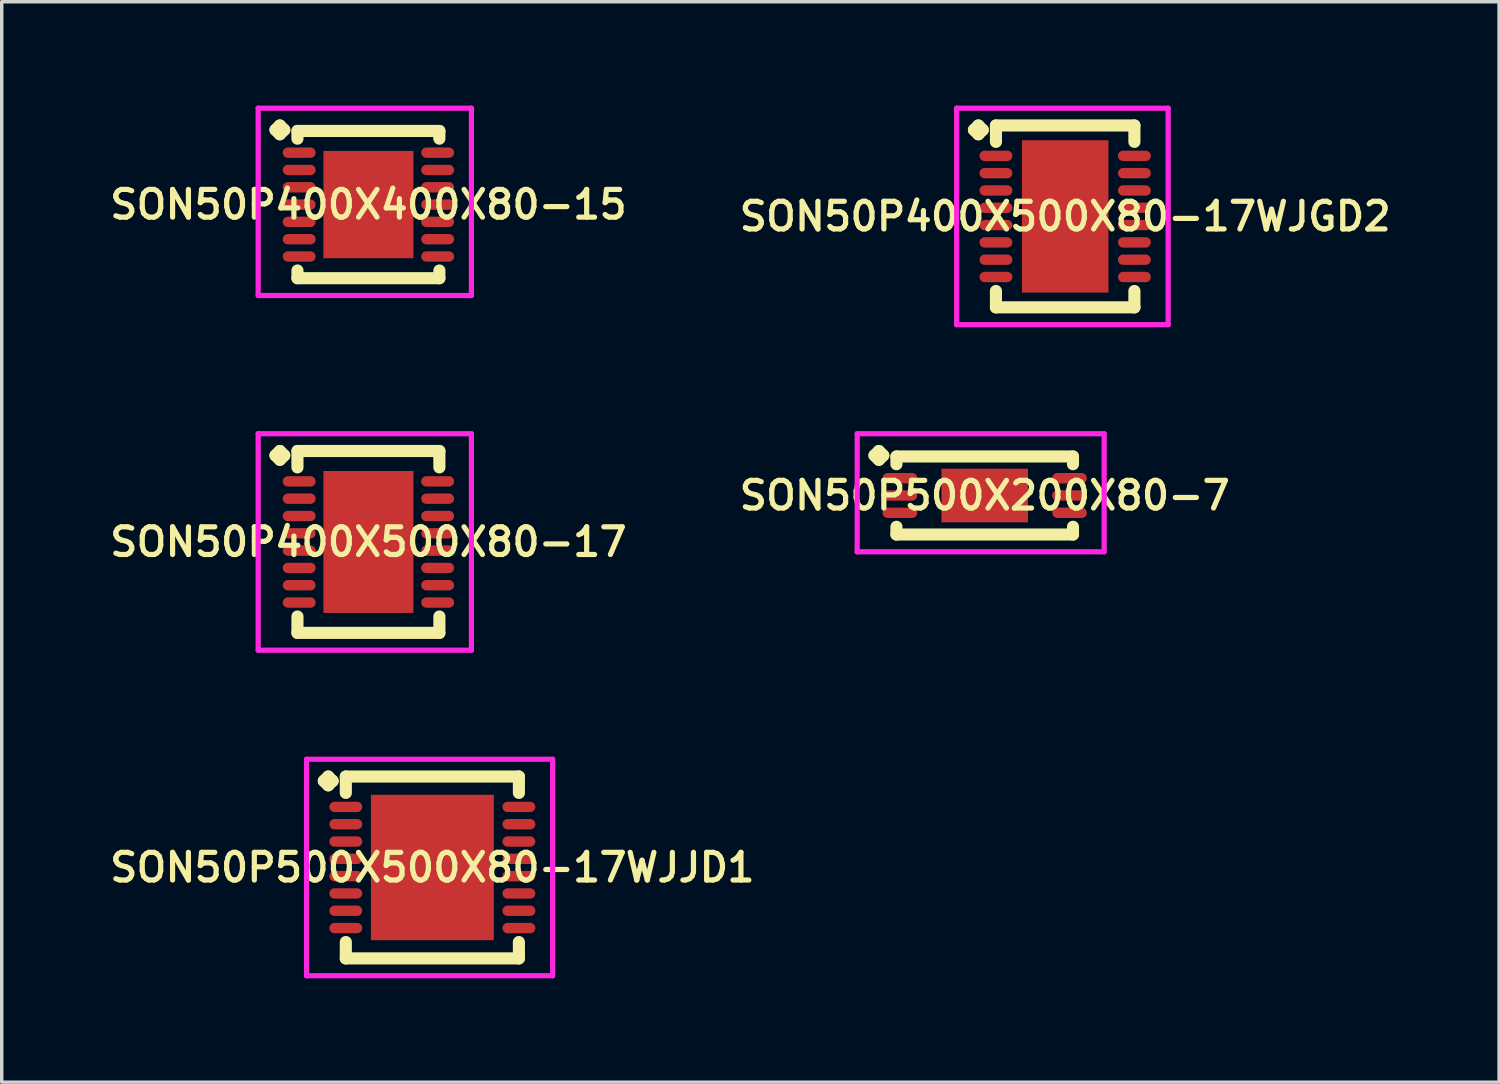
<source format=kicad_pcb>
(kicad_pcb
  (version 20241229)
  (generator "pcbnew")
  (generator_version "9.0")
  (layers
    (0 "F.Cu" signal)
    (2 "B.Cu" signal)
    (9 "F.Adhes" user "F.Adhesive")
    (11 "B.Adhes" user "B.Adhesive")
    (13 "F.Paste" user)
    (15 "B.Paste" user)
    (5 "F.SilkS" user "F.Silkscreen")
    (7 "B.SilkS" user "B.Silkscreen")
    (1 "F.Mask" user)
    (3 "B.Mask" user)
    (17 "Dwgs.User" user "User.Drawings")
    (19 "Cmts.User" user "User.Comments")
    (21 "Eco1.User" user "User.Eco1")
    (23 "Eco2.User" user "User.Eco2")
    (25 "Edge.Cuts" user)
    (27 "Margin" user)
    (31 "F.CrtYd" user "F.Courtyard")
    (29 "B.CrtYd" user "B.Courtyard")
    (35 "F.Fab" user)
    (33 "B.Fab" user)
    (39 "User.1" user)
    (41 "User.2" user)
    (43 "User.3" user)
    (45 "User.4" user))
  (footprint "SON50P400X500X80-17WJGD2"
    (layer "F.Cu")
    (at 27.721 3.202)
    (property "Reference" "SON50P400X500X80-17WJGD2" (at 0 0 0) (layer "F.SilkS") (effects (font (size 0.8 0.8) (thickness 0.15))))
    (attr smd)
    (fp_line (start -2.635 -2.5) (end -2.508 -2.627) (stroke (width 0.35) (type solid)) (layer "F.SilkS"))
    (fp_line (start -2.508 -2.627) (end -2.381 -2.5) (stroke (width 0.35) (type solid)) (layer "F.SilkS"))
    (fp_line (start -2.508 -2.373) (end -2.635 -2.5) (stroke (width 0.35) (type solid)) (layer "F.SilkS"))
    (fp_line (start -2.381 -2.5) (end -2.508 -2.373) (stroke (width 0.35) (type solid)) (layer "F.SilkS"))
    (fp_line (start -2 -2.627) (end 2 -2.627) (stroke (width 0.35) (type solid)) (layer "F.SilkS"))
    (fp_line (start -2 -2.154) (end -2 -2.627) (stroke (width 0.35) (type solid)) (layer "F.SilkS"))
    (fp_line (start -2 2.154) (end -2 2.627) (stroke (width 0.35) (type solid)) (layer "F.SilkS"))
    (fp_line (start -2 2.627) (end 2 2.627) (stroke (width 0.35) (type solid)) (layer "F.SilkS"))
    (fp_line (start 2 -2.627) (end 2 -2.154) (stroke (width 0.35) (type solid)) (layer "F.SilkS"))
    (fp_line (start 2 2.627) (end 2 2.154) (stroke (width 0.35) (type solid)) (layer "F.SilkS"))
    (fp_line (start -3.135 -3.127) (end 2.975 -3.127) (stroke (width 0.15) (type solid)) (layer "F.CrtYd"))
    (fp_line (start -3.135 3.127) (end -3.135 -3.127) (stroke (width 0.15) (type solid)) (layer "F.CrtYd"))
    (fp_line (start 2.975 -3.127) (end 2.975 3.127) (stroke (width 0.15) (type solid)) (layer "F.CrtYd"))
    (fp_line (start 2.975 3.127) (end -3.135 3.127) (stroke (width 0.15) (type solid)) (layer "F.CrtYd"))
    (pad "1" smd oval (at -2 -1.75) (size 0.95 0.3) (layers "F.Cu" "F.Mask" "F.Paste"))
    (pad "2" smd oval (at -2 -1.25) (size 0.95 0.3) (layers "F.Cu" "F.Mask" "F.Paste"))
    (pad "3" smd oval (at -2 -0.75) (size 0.95 0.3) (layers "F.Cu" "F.Mask" "F.Paste"))
    (pad "4" smd oval (at -2 -0.25) (size 0.95 0.3) (layers "F.Cu" "F.Mask" "F.Paste"))
    (pad "5" smd oval (at -2 0.25) (size 0.95 0.3) (layers "F.Cu" "F.Mask" "F.Paste"))
    (pad "6" smd oval (at -2 0.75) (size 0.95 0.3) (layers "F.Cu" "F.Mask" "F.Paste"))
    (pad "7" smd oval (at -2 1.25) (size 0.95 0.3) (layers "F.Cu" "F.Mask" "F.Paste"))
    (pad "8" smd oval (at -2 1.75) (size 0.95 0.3) (layers "F.Cu" "F.Mask" "F.Paste"))
    (pad "9" smd oval (at 2 1.75) (size 0.95 0.3) (layers "F.Cu" "F.Mask" "F.Paste"))
    (pad "10" smd oval (at 2 1.25) (size 0.95 0.3) (layers "F.Cu" "F.Mask" "F.Paste"))
    (pad "11" smd oval (at 2 0.75) (size 0.95 0.3) (layers "F.Cu" "F.Mask" "F.Paste"))
    (pad "12" smd oval (at 2 0.25) (size 0.95 0.3) (layers "F.Cu" "F.Mask" "F.Paste"))
    (pad "13" smd oval (at 2 -0.25) (size 0.95 0.3) (layers "F.Cu" "F.Mask" "F.Paste"))
    (pad "14" smd oval (at 2 -0.75) (size 0.95 0.3) (layers "F.Cu" "F.Mask" "F.Paste"))
    (pad "15" smd oval (at 2 -1.25) (size 0.95 0.3) (layers "F.Cu" "F.Mask" "F.Paste"))
    (pad "16" smd oval (at 2 -1.75) (size 0.95 0.3) (layers "F.Cu" "F.Mask" "F.Paste"))
    (pad "17" smd rect (at 0 0) (size 2.5 4.4) (layers "F.Cu" "F.Mask" "F.Paste")))
  (footprint "SON50P400X500X80-17"
    (layer "F.Cu")
    (at 7.593 12.606)
    (property "Reference" "SON50P400X500X80-17" (at 0 0 0) (layer "F.SilkS") (effects (font (size 0.8 0.8) (thickness 0.15))))
    (attr smd)
    (fp_line (start -2.685 -2.5) (end -2.558 -2.627) (stroke (width 0.35) (type solid)) (layer "F.SilkS"))
    (fp_line (start -2.558 -2.627) (end -2.431 -2.5) (stroke (width 0.35) (type solid)) (layer "F.SilkS"))
    (fp_line (start -2.558 -2.373) (end -2.685 -2.5) (stroke (width 0.35) (type solid)) (layer "F.SilkS"))
    (fp_line (start -2.431 -2.5) (end -2.558 -2.373) (stroke (width 0.35) (type solid)) (layer "F.SilkS"))
    (fp_line (start -2.05 -2.627) (end 2.05 -2.627) (stroke (width 0.35) (type solid)) (layer "F.SilkS"))
    (fp_line (start -2.05 -2.154) (end -2.05 -2.627) (stroke (width 0.35) (type solid)) (layer "F.SilkS"))
    (fp_line (start -2.05 2.154) (end -2.05 2.627) (stroke (width 0.35) (type solid)) (layer "F.SilkS"))
    (fp_line (start -2.05 2.627) (end 2.05 2.627) (stroke (width 0.35) (type solid)) (layer "F.SilkS"))
    (fp_line (start 2.05 -2.627) (end 2.05 -2.154) (stroke (width 0.35) (type solid)) (layer "F.SilkS"))
    (fp_line (start 2.05 2.627) (end 2.05 2.154) (stroke (width 0.35) (type solid)) (layer "F.SilkS"))
    (fp_line (start -3.185 -3.127) (end 2.975 -3.127) (stroke (width 0.15) (type solid)) (layer "F.CrtYd"))
    (fp_line (start -3.185 3.127) (end -3.185 -3.127) (stroke (width 0.15) (type solid)) (layer "F.CrtYd"))
    (fp_line (start 2.975 -3.127) (end 2.975 3.127) (stroke (width 0.15) (type solid)) (layer "F.CrtYd"))
    (fp_line (start 2.975 3.127) (end -3.185 3.127) (stroke (width 0.15) (type solid)) (layer "F.CrtYd"))
    (pad "1" smd oval (at -2 -1.75) (size 0.95 0.3) (layers "F.Cu" "F.Mask" "F.Paste"))
    (pad "2" smd oval (at -2 -1.25) (size 0.95 0.3) (layers "F.Cu" "F.Mask" "F.Paste"))
    (pad "3" smd oval (at -2 -0.75) (size 0.95 0.3) (layers "F.Cu" "F.Mask" "F.Paste"))
    (pad "4" smd oval (at -2 -0.25) (size 0.95 0.3) (layers "F.Cu" "F.Mask" "F.Paste"))
    (pad "5" smd oval (at -2 0.25) (size 0.95 0.3) (layers "F.Cu" "F.Mask" "F.Paste"))
    (pad "6" smd oval (at -2 0.75) (size 0.95 0.3) (layers "F.Cu" "F.Mask" "F.Paste"))
    (pad "7" smd oval (at -2 1.25) (size 0.95 0.3) (layers "F.Cu" "F.Mask" "F.Paste"))
    (pad "8" smd oval (at -2 1.75) (size 0.95 0.3) (layers "F.Cu" "F.Mask" "F.Paste"))
    (pad "9" smd oval (at 2 1.75) (size 0.95 0.3) (layers "F.Cu" "F.Mask" "F.Paste"))
    (pad "10" smd oval (at 2 1.25) (size 0.95 0.3) (layers "F.Cu" "F.Mask" "F.Paste"))
    (pad "11" smd oval (at 2 0.75) (size 0.95 0.3) (layers "F.Cu" "F.Mask" "F.Paste"))
    (pad "12" smd oval (at 2 0.25) (size 0.95 0.3) (layers "F.Cu" "F.Mask" "F.Paste"))
    (pad "13" smd oval (at 2 -0.25) (size 0.95 0.3) (layers "F.Cu" "F.Mask" "F.Paste"))
    (pad "14" smd oval (at 2 -0.75) (size 0.95 0.3) (layers "F.Cu" "F.Mask" "F.Paste"))
    (pad "15" smd oval (at 2 -1.25) (size 0.95 0.3) (layers "F.Cu" "F.Mask" "F.Paste"))
    (pad "16" smd oval (at 2 -1.75) (size 0.95 0.3) (layers "F.Cu" "F.Mask" "F.Paste"))
    (pad "17" smd rect (at 0 0) (size 2.6 4.1) (layers "F.Cu" "F.Mask" "F.Paste")))
  (footprint "SON50P500X200X80-7"
    (layer "F.Cu")
    (at 25.397 11.264)
    (property "Reference" "SON50P500X200X80-7" (at 0 0 0) (layer "F.SilkS") (effects (font (size 0.8 0.8) (thickness 0.15))))
    (attr smd)
    (fp_line (start -3.185 -1.158) (end -3.058 -1.285) (stroke (width 0.35) (type solid)) (layer "F.SilkS"))
    (fp_line (start -3.058 -1.285) (end -2.931 -1.158) (stroke (width 0.35) (type solid)) (layer "F.SilkS"))
    (fp_line (start -3.058 -1.031) (end -3.185 -1.158) (stroke (width 0.35) (type solid)) (layer "F.SilkS"))
    (fp_line (start -2.931 -1.158) (end -3.058 -1.031) (stroke (width 0.35) (type solid)) (layer "F.SilkS"))
    (fp_line (start -2.55 -1.127) (end 2.55 -1.127) (stroke (width 0.35) (type solid)) (layer "F.SilkS"))
    (fp_line (start -2.55 -0.904) (end -2.55 -1.127) (stroke (width 0.35) (type solid)) (layer "F.SilkS"))
    (fp_line (start -2.55 0.904) (end -2.55 1.127) (stroke (width 0.35) (type solid)) (layer "F.SilkS"))
    (fp_line (start -2.55 1.127) (end 2.55 1.127) (stroke (width 0.35) (type solid)) (layer "F.SilkS"))
    (fp_line (start 2.55 -1.127) (end 2.55 -0.904) (stroke (width 0.35) (type solid)) (layer "F.SilkS"))
    (fp_line (start 2.55 1.127) (end 2.55 0.904) (stroke (width 0.35) (type solid)) (layer "F.SilkS"))
    (fp_line (start -3.685 -1.785) (end 3.45 -1.785) (stroke (width 0.15) (type solid)) (layer "F.CrtYd"))
    (fp_line (start -3.685 1.627) (end -3.685 -1.785) (stroke (width 0.15) (type solid)) (layer "F.CrtYd"))
    (fp_line (start 3.45 -1.785) (end 3.45 1.627) (stroke (width 0.15) (type solid)) (layer "F.CrtYd"))
    (fp_line (start 3.45 1.627) (end -3.685 1.627) (stroke (width 0.15) (type solid)) (layer "F.CrtYd"))
    (pad "1" smd oval (at -2.45 -0.5) (size 1 0.3) (layers "F.Cu" "F.Mask" "F.Paste"))
    (pad "2" smd oval (at -2.45 0) (size 1 0.3) (layers "F.Cu" "F.Mask" "F.Paste"))
    (pad "3" smd oval (at -2.45 0.5) (size 1 0.3) (layers "F.Cu" "F.Mask" "F.Paste"))
    (pad "4" smd oval (at 2.45 0.5) (size 1 0.3) (layers "F.Cu" "F.Mask" "F.Paste"))
    (pad "5" smd oval (at 2.45 0) (size 1 0.3) (layers "F.Cu" "F.Mask" "F.Paste"))
    (pad "6" smd oval (at 2.45 -0.5) (size 1 0.3) (layers "F.Cu" "F.Mask" "F.Paste"))
    (pad "7" smd rect (at 0 0) (size 2.5 1.55) (layers "F.Cu" "F.Mask" "F.Paste")))
  (footprint "SON50P500X500X80-17WJJD1"
    (layer "F.Cu")
    (at 9.44 22.01)
    (property "Reference" "SON50P500X500X80-17WJJD1" (at 0 0 0) (layer "F.SilkS") (effects (font (size 0.8 0.8) (thickness 0.15))))
    (attr smd)
    (fp_line (start -3.135 -2.5) (end -3.008 -2.627) (stroke (width 0.35) (type solid)) (layer "F.SilkS"))
    (fp_line (start -3.008 -2.627) (end -2.881 -2.5) (stroke (width 0.35) (type solid)) (layer "F.SilkS"))
    (fp_line (start -3.008 -2.373) (end -3.135 -2.5) (stroke (width 0.35) (type solid)) (layer "F.SilkS"))
    (fp_line (start -2.881 -2.5) (end -3.008 -2.373) (stroke (width 0.35) (type solid)) (layer "F.SilkS"))
    (fp_line (start -2.5 -2.627) (end 2.5 -2.627) (stroke (width 0.35) (type solid)) (layer "F.SilkS"))
    (fp_line (start -2.5 -2.154) (end -2.5 -2.627) (stroke (width 0.35) (type solid)) (layer "F.SilkS"))
    (fp_line (start -2.5 2.154) (end -2.5 2.627) (stroke (width 0.35) (type solid)) (layer "F.SilkS"))
    (fp_line (start -2.5 2.627) (end 2.5 2.627) (stroke (width 0.35) (type solid)) (layer "F.SilkS"))
    (fp_line (start 2.5 -2.627) (end 2.5 -2.154) (stroke (width 0.35) (type solid)) (layer "F.SilkS"))
    (fp_line (start 2.5 2.627) (end 2.5 2.154) (stroke (width 0.35) (type solid)) (layer "F.SilkS"))
    (fp_line (start -3.635 -3.127) (end 3.475 -3.127) (stroke (width 0.15) (type solid)) (layer "F.CrtYd"))
    (fp_line (start -3.635 3.127) (end -3.635 -3.127) (stroke (width 0.15) (type solid)) (layer "F.CrtYd"))
    (fp_line (start 3.475 -3.127) (end 3.475 3.127) (stroke (width 0.15) (type solid)) (layer "F.CrtYd"))
    (fp_line (start 3.475 3.127) (end -3.635 3.127) (stroke (width 0.15) (type solid)) (layer "F.CrtYd"))
    (pad "1" smd oval (at -2.5 -1.75) (size 0.95 0.3) (layers "F.Cu" "F.Mask" "F.Paste"))
    (pad "2" smd oval (at -2.5 -1.25) (size 0.95 0.3) (layers "F.Cu" "F.Mask" "F.Paste"))
    (pad "3" smd oval (at -2.5 -0.75) (size 0.95 0.3) (layers "F.Cu" "F.Mask" "F.Paste"))
    (pad "4" smd oval (at -2.5 -0.25) (size 0.95 0.3) (layers "F.Cu" "F.Mask" "F.Paste"))
    (pad "5" smd oval (at -2.5 0.25) (size 0.95 0.3) (layers "F.Cu" "F.Mask" "F.Paste"))
    (pad "6" smd oval (at -2.5 0.75) (size 0.95 0.3) (layers "F.Cu" "F.Mask" "F.Paste"))
    (pad "7" smd oval (at -2.5 1.25) (size 0.95 0.3) (layers "F.Cu" "F.Mask" "F.Paste"))
    (pad "8" smd oval (at -2.5 1.75) (size 0.95 0.3) (layers "F.Cu" "F.Mask" "F.Paste"))
    (pad "9" smd oval (at 2.5 1.75) (size 0.95 0.3) (layers "F.Cu" "F.Mask" "F.Paste"))
    (pad "10" smd oval (at 2.5 1.25) (size 0.95 0.3) (layers "F.Cu" "F.Mask" "F.Paste"))
    (pad "11" smd oval (at 2.5 0.75) (size 0.95 0.3) (layers "F.Cu" "F.Mask" "F.Paste"))
    (pad "12" smd oval (at 2.5 0.25) (size 0.95 0.3) (layers "F.Cu" "F.Mask" "F.Paste"))
    (pad "13" smd oval (at 2.5 -0.25) (size 0.95 0.3) (layers "F.Cu" "F.Mask" "F.Paste"))
    (pad "14" smd oval (at 2.5 -0.75) (size 0.95 0.3) (layers "F.Cu" "F.Mask" "F.Paste"))
    (pad "15" smd oval (at 2.5 -1.25) (size 0.95 0.3) (layers "F.Cu" "F.Mask" "F.Paste"))
    (pad "16" smd oval (at 2.5 -1.75) (size 0.95 0.3) (layers "F.Cu" "F.Mask" "F.Paste"))
    (pad "17" smd rect (at 0 0) (size 3.55 4.2) (layers "F.Cu" "F.Mask" "F.Paste")))
  (footprint "SON50P400X400X80-15"
    (layer "F.Cu")
    (at 7.593 2.86)
    (property "Reference" "SON50P400X400X80-15" (at 0 0 0) (layer "F.SilkS") (effects (font (size 0.8 0.8) (thickness 0.15))))
    (attr smd)
    (fp_line (start -2.685 -2.158) (end -2.558 -2.285) (stroke (width 0.35) (type solid)) (layer "F.SilkS"))
    (fp_line (start -2.558 -2.285) (end -2.431 -2.158) (stroke (width 0.35) (type solid)) (layer "F.SilkS"))
    (fp_line (start -2.558 -2.031) (end -2.685 -2.158) (stroke (width 0.35) (type solid)) (layer "F.SilkS"))
    (fp_line (start -2.431 -2.158) (end -2.558 -2.031) (stroke (width 0.35) (type solid)) (layer "F.SilkS"))
    (fp_line (start -2.05 -2.127) (end 2.05 -2.127) (stroke (width 0.35) (type solid)) (layer "F.SilkS"))
    (fp_line (start -2.05 -1.904) (end -2.05 -2.127) (stroke (width 0.35) (type solid)) (layer "F.SilkS"))
    (fp_line (start -2.05 1.904) (end -2.05 2.127) (stroke (width 0.35) (type solid)) (layer "F.SilkS"))
    (fp_line (start -2.05 2.127) (end 2.05 2.127) (stroke (width 0.35) (type solid)) (layer "F.SilkS"))
    (fp_line (start 2.05 -2.127) (end 2.05 -1.904) (stroke (width 0.35) (type solid)) (layer "F.SilkS"))
    (fp_line (start 2.05 2.127) (end 2.05 1.904) (stroke (width 0.35) (type solid)) (layer "F.SilkS"))
    (fp_line (start -3.185 -2.785) (end 2.975 -2.785) (stroke (width 0.15) (type solid)) (layer "F.CrtYd"))
    (fp_line (start -3.185 2.627) (end -3.185 -2.785) (stroke (width 0.15) (type solid)) (layer "F.CrtYd"))
    (fp_line (start 2.975 -2.785) (end 2.975 2.627) (stroke (width 0.15) (type solid)) (layer "F.CrtYd"))
    (fp_line (start 2.975 2.627) (end -3.185 2.627) (stroke (width 0.15) (type solid)) (layer "F.CrtYd"))
    (pad "1" smd oval (at -2 -1.5) (size 0.95 0.3) (layers "F.Cu" "F.Mask" "F.Paste"))
    (pad "2" smd oval (at -2 -1) (size 0.95 0.3) (layers "F.Cu" "F.Mask" "F.Paste"))
    (pad "3" smd oval (at -2 -0.5) (size 0.95 0.3) (layers "F.Cu" "F.Mask" "F.Paste"))
    (pad "4" smd oval (at -2 0) (size 0.95 0.3) (layers "F.Cu" "F.Mask" "F.Paste"))
    (pad "5" smd oval (at -2 0.5) (size 0.95 0.3) (layers "F.Cu" "F.Mask" "F.Paste"))
    (pad "6" smd oval (at -2 1) (size 0.95 0.3) (layers "F.Cu" "F.Mask" "F.Paste"))
    (pad "7" smd oval (at -2 1.5) (size 0.95 0.3) (layers "F.Cu" "F.Mask" "F.Paste"))
    (pad "8" smd oval (at 2 1.5) (size 0.95 0.3) (layers "F.Cu" "F.Mask" "F.Paste"))
    (pad "9" smd oval (at 2 1) (size 0.95 0.3) (layers "F.Cu" "F.Mask" "F.Paste"))
    (pad "10" smd oval (at 2 0.5) (size 0.95 0.3) (layers "F.Cu" "F.Mask" "F.Paste"))
    (pad "11" smd oval (at 2 0) (size 0.95 0.3) (layers "F.Cu" "F.Mask" "F.Paste"))
    (pad "12" smd oval (at 2 -0.5) (size 0.95 0.3) (layers "F.Cu" "F.Mask" "F.Paste"))
    (pad "13" smd oval (at 2 -1) (size 0.95 0.3) (layers "F.Cu" "F.Mask" "F.Paste"))
    (pad "14" smd oval (at 2 -1.5) (size 0.95 0.3) (layers "F.Cu" "F.Mask" "F.Paste"))
    (pad "15" smd rect (at 0 0) (size 2.6 3.1) (layers "F.Cu" "F.Mask" "F.Paste")))
  (gr_rect
    (start -3 -3)
    (end 40.256 28.212)
    (stroke (width 0.1) (type default))
    (fill no)
    (layer "Edge.Cuts")))
</source>
